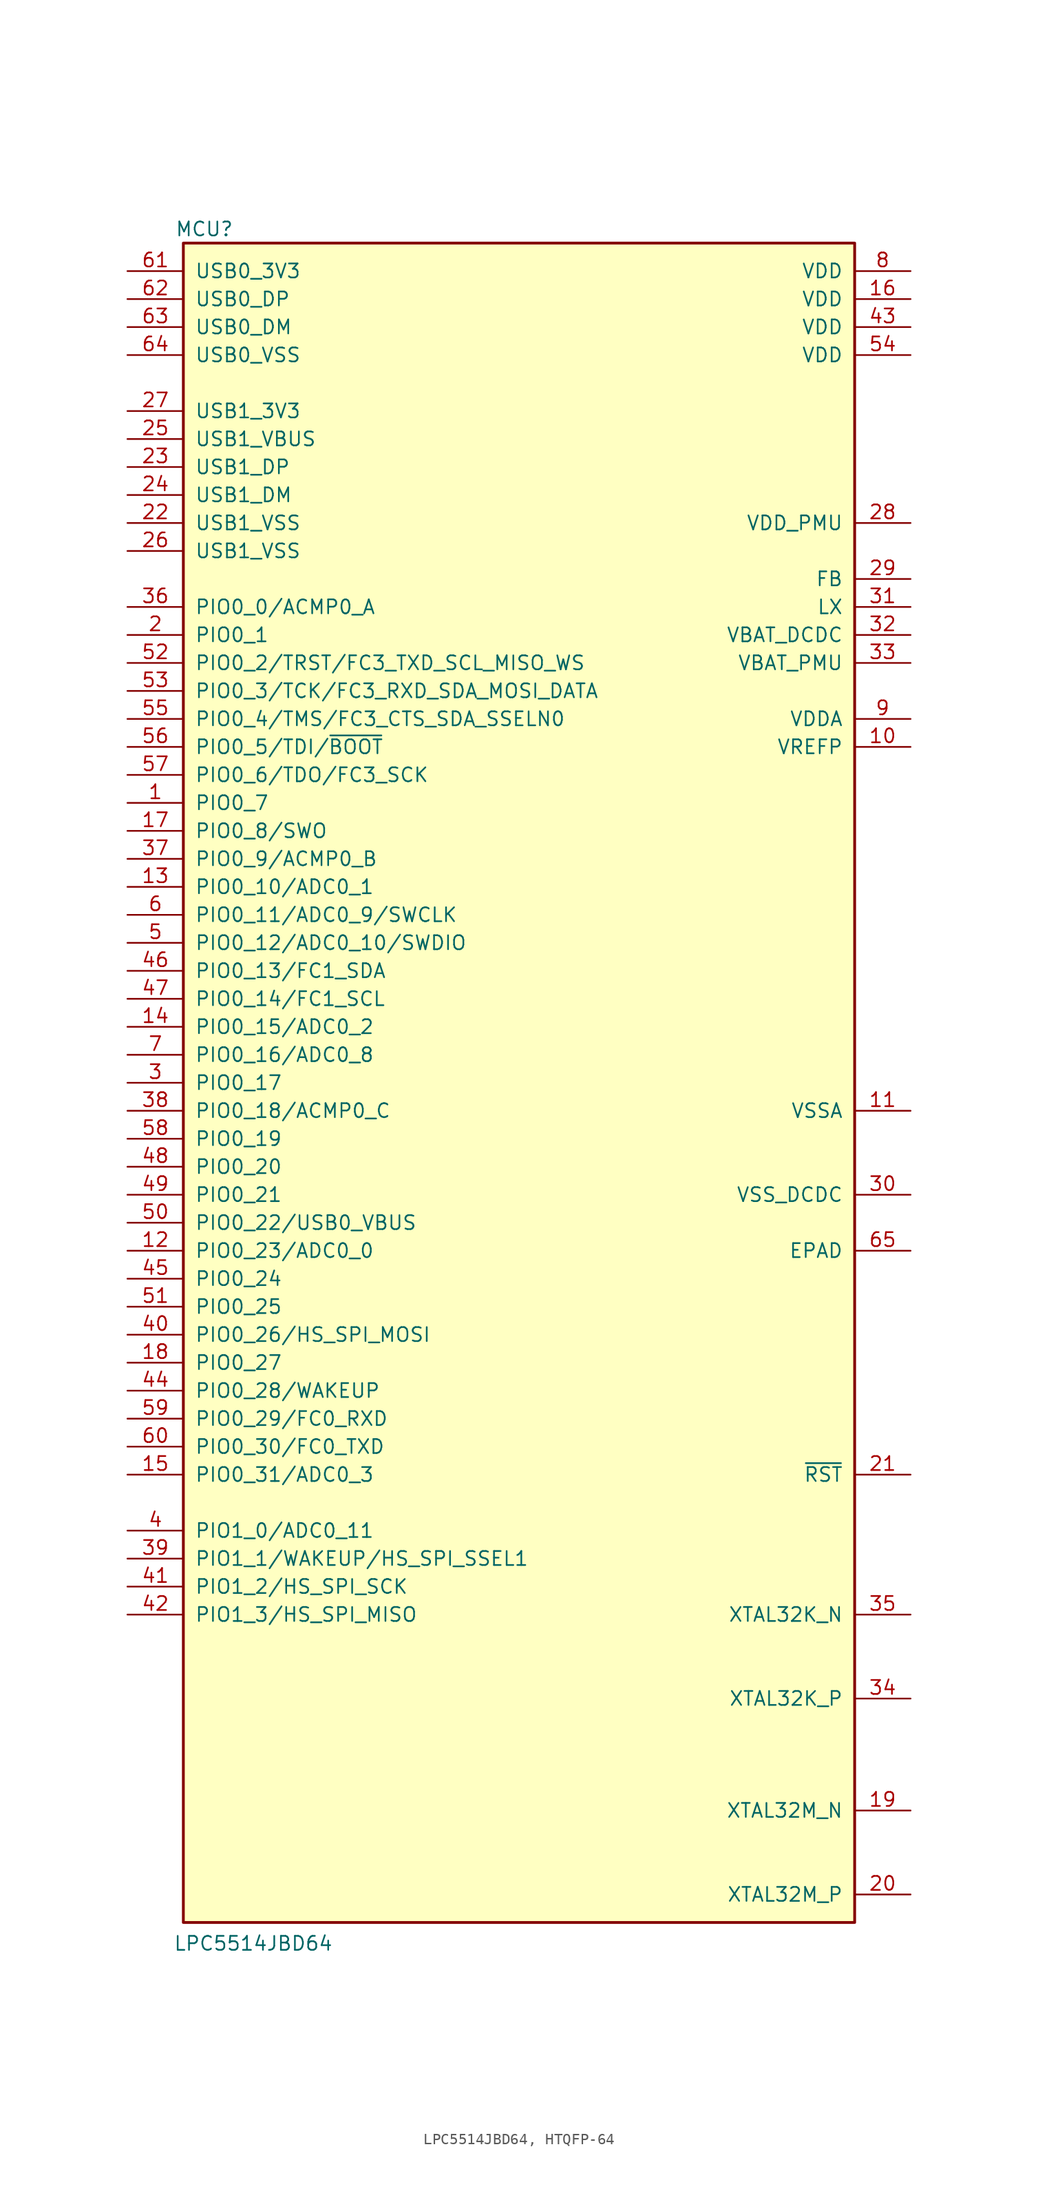
<source format=kicad_sym>
(kicad_symbol_lib
  (version 20241209)
  (generator "kicad_symbol_editor")
  (generator_version "9.0")
  (symbol "LPC5514JBD64, HTQFP-64"
    (pin_names
      (offset 1.016))
    (property "Reference" "MCU"
      (at -28.575 77.47 0)
      (effects (font (size 1.27 1.27))))
    (property "Value" "LPC5514JBD64"
      (at -24.13 -78.105 0)
      (effects (font (size 1.27 1.27))))
    (symbol "LPC5514JBD64, HTQFP-64_0_1"
      (rectangle (start -30.48 76.2) (end 30.48 -76.2) (stroke (width 0.254) (type default)) (fill (type background))))
    (symbol "LPC5514JBD64, HTQFP-64_1_0"
      (pin power_in line (at -35.56 60.96 0) (length 5.08) (name "USB1_3V3" (effects (font (size 1.27 1.27)))) (number "27" (effects (font (size 1.27 1.27)))))
      (pin bidirectional line (at -35.56 22.86 0) (length 5.08) (name "PIO0_8/SWO" (effects (font (size 1.27 1.27)))) (number "17" (effects (font (size 1.27 1.27)))))
      (pin bidirectional line (at -35.56 20.32 0) (length 5.08) (name "PIO0_9/ACMP0_B" (effects (font (size 1.27 1.27)))) (number "37" (effects (font (size 1.27 1.27)))))
      (pin bidirectional line (at -35.56 17.78 0) (length 5.08) (name "PIO0_10/ADC0_1" (effects (font (size 1.27 1.27)))) (number "13" (effects (font (size 1.27 1.27)))))
      (pin bidirectional line (at -35.56 15.24 0) (length 5.08) (name "PIO0_11/ADC0_9/SWCLK" (effects (font (size 1.27 1.27)))) (number "6" (effects (font (size 1.27 1.27)))))
      (pin bidirectional line (at -35.56 12.7 0) (length 5.08) (name "PIO0_12/ADC0_10/SWDIO" (effects (font (size 1.27 1.27)))) (number "5" (effects (font (size 1.27 1.27)))))
      (pin bidirectional line (at -35.56 10.16 0) (length 5.08) (name "PIO0_13/FC1_SDA" (effects (font (size 1.27 1.27)))) (number "46" (effects (font (size 1.27 1.27)))))
      (pin bidirectional line (at -35.56 7.62 0) (length 5.08) (name "PIO0_14/FC1_SCL" (effects (font (size 1.27 1.27)))) (number "47" (effects (font (size 1.27 1.27)))))
      (pin bidirectional line (at -35.56 5.08 0) (length 5.08) (name "PIO0_15/ADC0_2" (effects (font (size 1.27 1.27)))) (number "14" (effects (font (size 1.27 1.27)))))
      (pin bidirectional line (at -35.56 2.54 0) (length 5.08) (name "PIO0_16/ADC0_8" (effects (font (size 1.27 1.27)))) (number "7" (effects (font (size 1.27 1.27)))))
      (pin bidirectional line (at -35.56 0 0) (length 5.08) (name "PIO0_17" (effects (font (size 1.27 1.27)))) (number "3" (effects (font (size 1.27 1.27)))))
      (pin bidirectional line (at -35.56 -2.54 0) (length 5.08) (name "PIO0_18/ACMP0_C" (effects (font (size 1.27 1.27)))) (number "38" (effects (font (size 1.27 1.27)))))
      (pin bidirectional line (at -35.56 -5.08 0) (length 5.08) (name "PIO0_19" (effects (font (size 1.27 1.27)))) (number "58" (effects (font (size 1.27 1.27)))))
      (pin bidirectional line (at -35.56 -7.62 0) (length 5.08) (name "PIO0_20" (effects (font (size 1.27 1.27)))) (number "48" (effects (font (size 1.27 1.27)))))
      (pin bidirectional line (at -35.56 -10.16 0) (length 5.08) (name "PIO0_21" (effects (font (size 1.27 1.27)))) (number "49" (effects (font (size 1.27 1.27)))))
      (pin bidirectional line (at -35.56 -12.7 0) (length 5.08) (name "PIO0_22/USB0_VBUS" (effects (font (size 1.27 1.27)))) (number "50" (effects (font (size 1.27 1.27)))))
      (pin bidirectional line (at -35.56 -15.24 0) (length 5.08) (name "PIO0_23/ADC0_0" (effects (font (size 1.27 1.27)))) (number "12" (effects (font (size 1.27 1.27)))))
      (pin bidirectional line (at -35.56 -17.78 0) (length 5.08) (name "PIO0_24" (effects (font (size 1.27 1.27)))) (number "45" (effects (font (size 1.27 1.27)))))
      (pin bidirectional line (at -35.56 -20.32 0) (length 5.08) (name "PIO0_25" (effects (font (size 1.27 1.27)))) (number "51" (effects (font (size 1.27 1.27)))))
      (pin bidirectional line (at -35.56 -22.86 0) (length 5.08) (name "PIO0_26/HS_SPI_MOSI" (effects (font (size 1.27 1.27)))) (number "40" (effects (font (size 1.27 1.27)))))
      (pin bidirectional line (at -35.56 -25.4 0) (length 5.08) (name "PIO0_27" (effects (font (size 1.27 1.27)))) (number "18" (effects (font (size 1.27 1.27)))))
      (pin bidirectional line (at -35.56 -27.94 0) (length 5.08) (name "PIO0_28/WAKEUP" (effects (font (size 1.27 1.27)))) (number "44" (effects (font (size 1.27 1.27)))))
      (pin bidirectional line (at -35.56 -30.48 0) (length 5.08) (name "PIO0_29/FC0_RXD" (effects (font (size 1.27 1.27)))) (number "59" (effects (font (size 1.27 1.27)))))
      (pin bidirectional line (at -35.56 -33.02 0) (length 5.08) (name "PIO0_30/FC0_TXD" (effects (font (size 1.27 1.27)))) (number "60" (effects (font (size 1.27 1.27)))))
      (pin bidirectional line (at -35.56 -35.56 0) (length 5.08) (name "PIO0_31/ADC0_3" (effects (font (size 1.27 1.27)))) (number "15" (effects (font (size 1.27 1.27)))))
      (pin bidirectional line (at -35.56 -40.64 0) (length 5.08) (name "PIO1_0/ADC0_11" (effects (font (size 1.27 1.27)))) (number "4" (effects (font (size 1.27 1.27)))))
      (pin bidirectional line (at -35.56 -43.18 0) (length 5.08) (name "PIO1_1/WAKEUP/HS_SPI_SSEL1" (effects (font (size 1.27 1.27)))) (number "39" (effects (font (size 1.27 1.27)))))
      (pin bidirectional line (at -35.56 -45.72 0) (length 5.08) (name "PIO1_2/HS_SPI_SCK" (effects (font (size 1.27 1.27)))) (number "41" (effects (font (size 1.27 1.27)))))
      (pin bidirectional line (at -35.56 -48.26 0) (length 5.08) (name "PIO1_3/HS_SPI_MISO" (effects (font (size 1.27 1.27)))) (number "42" (effects (font (size 1.27 1.27)))))
      (pin power_in line (at 35.56 38.1 180) (length 5.08) (name "VBAT_PMU" (effects (font (size 1.27 1.27)))) (number "33" (effects (font (size 1.27 1.27)))))
      (pin power_in line (at 35.56 -15.24 180) (length 5.08) (name "EPAD" (effects (font (size 1.27 1.27)))) (number "65" (effects (font (size 1.27 1.27))))))
    (symbol "LPC5514JBD64, HTQFP-64_1_1"
      (pin input line (at -35.56 73.66 0) (length 5.08) (name "USB0_3V3" (effects (font (size 1.27 1.27)))) (number "61" (effects (font (size 1.27 1.27)))))
      (pin passive line (at -35.56 71.12 0) (length 5.08) (name "USB0_DP" (effects (font (size 1.27 1.27)))) (number "62" (effects (font (size 1.27 1.27)))))
      (pin passive line (at -35.56 68.58 0) (length 5.08) (name "USB0_DM" (effects (font (size 1.27 1.27)))) (number "63" (effects (font (size 1.27 1.27)))))
      (pin power_in line (at -35.56 66.04 0) (length 5.08) (name "USB0_VSS" (effects (font (size 1.27 1.27)))) (number "64" (effects (font (size 1.27 1.27)))))
      (pin input line (at -35.56 58.42 0) (length 5.08) (name "USB1_VBUS" (effects (font (size 1.27 1.27)))) (number "25" (effects (font (size 1.27 1.27)))))
      (pin passive line (at -35.56 55.88 0) (length 5.08) (name "USB1_DP" (effects (font (size 1.27 1.27)))) (number "23" (effects (font (size 1.27 1.27)))))
      (pin passive line (at -35.56 53.34 0) (length 5.08) (name "USB1_DM" (effects (font (size 1.27 1.27)))) (number "24" (effects (font (size 1.27 1.27)))))
      (pin power_in line (at -35.56 50.8 0) (length 5.08) (name "USB1_VSS" (effects (font (size 1.27 1.27)))) (number "22" (effects (font (size 1.27 1.27)))))
      (pin power_in line (at -35.56 48.26 0) (length 5.08) (name "USB1_VSS" (effects (font (size 1.27 1.27)))) (number "26" (effects (font (size 1.27 1.27)))))
      (pin bidirectional line (at -35.56 43.18 0) (length 5.08) (name "PIO0_0/ACMP0_A" (effects (font (size 1.27 1.27)))) (number "36" (effects (font (size 1.27 1.27)))))
      (pin bidirectional line (at -35.56 40.64 0) (length 5.08) (name "PIO0_1" (effects (font (size 1.27 1.27)))) (number "2" (effects (font (size 1.27 1.27)))))
      (pin bidirectional line (at -35.56 38.1 0) (length 5.08) (name "PIO0_2/TRST/FC3_TXD_SCL_MISO_WS" (effects (font (size 1.27 1.27)))) (number "52" (effects (font (size 1.27 1.27)))))
      (pin bidirectional line (at -35.56 35.56 0) (length 5.08) (name "PIO0_3/TCK/FC3_RXD_SDA_MOSI_DATA" (effects (font (size 1.27 1.27)))) (number "53" (effects (font (size 1.27 1.27)))))
      (pin bidirectional line (at -35.56 33.02 0) (length 5.08) (name "PIO0_4/TMS/FC3_CTS_SDA_SSELN0" (effects (font (size 1.27 1.27)))) (number "55" (effects (font (size 1.27 1.27)))))
      (pin bidirectional line (at -35.56 30.48 0) (length 5.08) (name "PIO0_5/TDI/~{BOOT}" (effects (font (size 1.27 1.27)))) (number "56" (effects (font (size 1.27 1.27)))))
      (pin bidirectional line (at -35.56 27.94 0) (length 5.08) (name "PIO0_6/TDO/FC3_SCK" (effects (font (size 1.27 1.27)))) (number "57" (effects (font (size 1.27 1.27)))))
      (pin bidirectional line (at -35.56 25.4 0) (length 5.08) (name "PIO0_7" (effects (font (size 1.27 1.27)))) (number "1" (effects (font (size 1.27 1.27)))))
      (pin power_in line (at 35.56 73.66 180) (length 5.08) (name "VDD" (effects (font (size 1.27 1.27)))) (number "8" (effects (font (size 1.27 1.27)))))
      (pin power_in line (at 35.56 71.12 180) (length 5.08) (name "VDD" (effects (font (size 1.27 1.27)))) (number "16" (effects (font (size 1.27 1.27)))))
      (pin power_in line (at 35.56 68.58 180) (length 5.08) (name "VDD" (effects (font (size 1.27 1.27)))) (number "43" (effects (font (size 1.27 1.27)))))
      (pin power_in line (at 35.56 66.04 180) (length 5.08) (name "VDD" (effects (font (size 1.27 1.27)))) (number "54" (effects (font (size 1.27 1.27)))))
      (pin power_in line (at 35.56 50.8 180) (length 5.08) (name "VDD_PMU" (effects (font (size 1.27 1.27)))) (number "28" (effects (font (size 1.27 1.27)))))
      (pin passive line (at 35.56 45.72 180) (length 5.08) (name "FB" (effects (font (size 1.27 1.27)))) (number "29" (effects (font (size 1.27 1.27)))))
      (pin passive line (at 35.56 43.18 180) (length 5.08) (name "LX" (effects (font (size 1.27 1.27)))) (number "31" (effects (font (size 1.27 1.27)))))
      (pin power_out line (at 35.56 40.64 180) (length 5.08) (name "VBAT_DCDC" (effects (font (size 1.27 1.27)))) (number "32" (effects (font (size 1.27 1.27)))))
      (pin power_in line (at 35.56 33.02 180) (length 5.08) (name "VDDA" (effects (font (size 1.27 1.27)))) (number "9" (effects (font (size 1.27 1.27)))))
      (pin passive line (at 35.56 30.48 180) (length 5.08) (name "VREFP" (effects (font (size 1.27 1.27)))) (number "10" (effects (font (size 1.27 1.27)))))
      (pin power_in line (at 35.56 -2.54 180) (length 5.08) (name "VSSA" (effects (font (size 1.27 1.27)))) (number "11" (effects (font (size 1.27 1.27)))))
      (pin power_in line (at 35.56 -10.16 180) (length 5.08) (name "VSS_DCDC" (effects (font (size 1.27 1.27)))) (number "30" (effects (font (size 1.27 1.27)))))
      (pin bidirectional line (at 35.56 -35.56 180) (length 5.08) (name "~{RST}" (effects (font (size 1.27 1.27)))) (number "21" (effects (font (size 1.27 1.27)))))
      (pin passive line (at 35.56 -48.26 180) (length 5.08) (name "XTAL32K_N" (effects (font (size 1.27 1.27)))) (number "35" (effects (font (size 1.27 1.27)))))
      (pin passive line (at 35.56 -55.88 180) (length 5.08) (name "XTAL32K_P" (effects (font (size 1.27 1.27)))) (number "34" (effects (font (size 1.27 1.27)))))
      (pin passive line (at 35.56 -66.04 180) (length 5.08) (name "XTAL32M_N" (effects (font (size 1.27 1.27)))) (number "19" (effects (font (size 1.27 1.27)))))
      (pin passive line (at 35.56 -73.66 180) (length 5.08) (name "XTAL32M_P" (effects (font (size 1.27 1.27)))) (number "20" (effects (font (size 1.27 1.27))))))))
</source>
